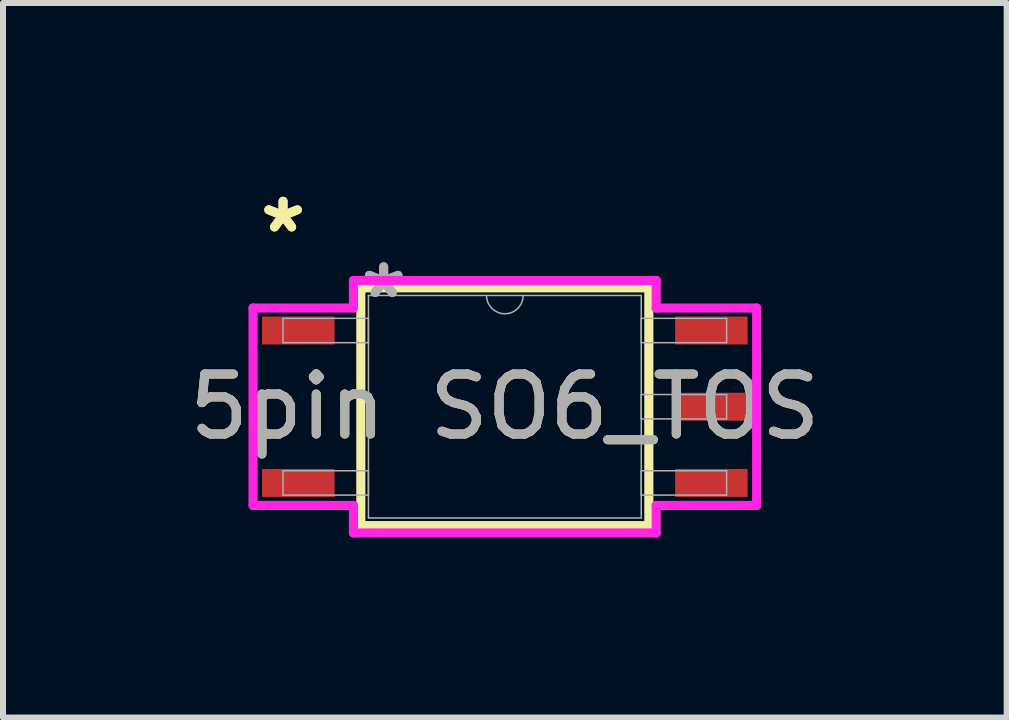
<source format=kicad_pcb>
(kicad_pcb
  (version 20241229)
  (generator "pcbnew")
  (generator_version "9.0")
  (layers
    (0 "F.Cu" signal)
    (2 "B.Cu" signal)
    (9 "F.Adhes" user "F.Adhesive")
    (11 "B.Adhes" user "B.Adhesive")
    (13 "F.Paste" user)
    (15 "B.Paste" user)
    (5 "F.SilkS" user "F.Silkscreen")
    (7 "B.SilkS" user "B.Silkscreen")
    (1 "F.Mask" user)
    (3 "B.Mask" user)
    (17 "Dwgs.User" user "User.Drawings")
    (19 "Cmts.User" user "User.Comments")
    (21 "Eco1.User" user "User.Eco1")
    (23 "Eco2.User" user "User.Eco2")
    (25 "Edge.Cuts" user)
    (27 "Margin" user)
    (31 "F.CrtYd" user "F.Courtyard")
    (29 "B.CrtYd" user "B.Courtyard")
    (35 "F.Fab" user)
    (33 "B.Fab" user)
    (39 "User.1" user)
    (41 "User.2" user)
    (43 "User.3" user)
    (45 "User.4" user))
  (footprint "5pin SO6_TOS"
    (layer "F.Cu")
    (at 5.363 3.728)
    (property "Reference" "5pin SO6_TOS" (at 0 0 0) (unlocked yes) (layer "F.SilkS") (effects (font (size 1 1) (thickness 0.15))))
    (attr smd)
    (fp_line (start -2.4 -1.981) (end -2.4 1.981) (stroke (width 0.152) (type solid)) (layer "F.SilkS"))
    (fp_line (start -2.4 1.981) (end 2.4 1.981) (stroke (width 0.152) (type solid)) (layer "F.SilkS"))
    (fp_line (start 2.4 -1.981) (end -2.4 -1.981) (stroke (width 0.152) (type solid)) (layer "F.SilkS"))
    (fp_line (start 2.4 1.981) (end 2.4 -1.981) (stroke (width 0.152) (type solid)) (layer "F.SilkS"))
    (fp_line (start -4.196 -1.645) (end -2.523 -1.645) (stroke (width 0.152) (type solid)) (layer "F.CrtYd"))
    (fp_line (start -4.196 1.645) (end -4.196 -1.645) (stroke (width 0.152) (type solid)) (layer "F.CrtYd"))
    (fp_line (start -2.523 -2.104) (end 2.523 -2.104) (stroke (width 0.152) (type solid)) (layer "F.CrtYd"))
    (fp_line (start -2.523 -1.645) (end -2.523 -2.104) (stroke (width 0.152) (type solid)) (layer "F.CrtYd"))
    (fp_line (start -2.523 1.645) (end -4.196 1.645) (stroke (width 0.152) (type solid)) (layer "F.CrtYd"))
    (fp_line (start -2.523 2.104) (end -2.523 1.645) (stroke (width 0.152) (type solid)) (layer "F.CrtYd"))
    (fp_line (start 2.523 -2.104) (end 2.523 -1.645) (stroke (width 0.152) (type solid)) (layer "F.CrtYd"))
    (fp_line (start 2.523 -1.645) (end 4.196 -1.645) (stroke (width 0.152) (type solid)) (layer "F.CrtYd"))
    (fp_line (start 2.523 1.645) (end 2.523 2.104) (stroke (width 0.152) (type solid)) (layer "F.CrtYd"))
    (fp_line (start 2.523 2.104) (end -2.523 2.104) (stroke (width 0.152) (type solid)) (layer "F.CrtYd"))
    (fp_line (start 4.196 -1.645) (end 4.196 1.645) (stroke (width 0.152) (type solid)) (layer "F.CrtYd"))
    (fp_line (start 4.196 1.645) (end 2.523 1.645) (stroke (width 0.152) (type solid)) (layer "F.CrtYd"))
    (fp_line (start -3.696 -1.473) (end -3.696 -1.067) (stroke (width 0.025) (type solid)) (layer "F.Fab"))
    (fp_line (start -3.696 -1.067) (end -2.273 -1.067) (stroke (width 0.025) (type solid)) (layer "F.Fab"))
    (fp_line (start -3.696 1.067) (end -3.696 1.473) (stroke (width 0.025) (type solid)) (layer "F.Fab"))
    (fp_line (start -3.696 1.473) (end -2.273 1.473) (stroke (width 0.025) (type solid)) (layer "F.Fab"))
    (fp_line (start -2.273 -1.854) (end -2.273 1.854) (stroke (width 0.025) (type solid)) (layer "F.Fab"))
    (fp_line (start -2.273 -1.473) (end -3.696 -1.473) (stroke (width 0.025) (type solid)) (layer "F.Fab"))
    (fp_line (start -2.273 -1.067) (end -2.273 -1.473) (stroke (width 0.025) (type solid)) (layer "F.Fab"))
    (fp_line (start -2.273 1.067) (end -3.696 1.067) (stroke (width 0.025) (type solid)) (layer "F.Fab"))
    (fp_line (start -2.273 1.473) (end -2.273 1.067) (stroke (width 0.025) (type solid)) (layer "F.Fab"))
    (fp_line (start -2.273 1.854) (end 2.273 1.854) (stroke (width 0.025) (type solid)) (layer "F.Fab"))
    (fp_line (start 2.273 -1.854) (end -2.273 -1.854) (stroke (width 0.025) (type solid)) (layer "F.Fab"))
    (fp_line (start 2.273 -1.473) (end 2.273 -1.067) (stroke (width 0.025) (type solid)) (layer "F.Fab"))
    (fp_line (start 2.273 -1.067) (end 3.696 -1.067) (stroke (width 0.025) (type solid)) (layer "F.Fab"))
    (fp_line (start 2.273 -0.203) (end 2.273 0.203) (stroke (width 0.025) (type solid)) (layer "F.Fab"))
    (fp_line (start 2.273 0.203) (end 3.696 0.203) (stroke (width 0.025) (type solid)) (layer "F.Fab"))
    (fp_line (start 2.273 1.067) (end 2.273 1.473) (stroke (width 0.025) (type solid)) (layer "F.Fab"))
    (fp_line (start 2.273 1.473) (end 3.696 1.473) (stroke (width 0.025) (type solid)) (layer "F.Fab"))
    (fp_line (start 2.273 1.854) (end 2.273 -1.854) (stroke (width 0.025) (type solid)) (layer "F.Fab"))
    (fp_line (start 3.696 -1.473) (end 2.273 -1.473) (stroke (width 0.025) (type solid)) (layer "F.Fab"))
    (fp_line (start 3.696 -1.067) (end 3.696 -1.473) (stroke (width 0.025) (type solid)) (layer "F.Fab"))
    (fp_line (start 3.696 -0.203) (end 2.273 -0.203) (stroke (width 0.025) (type solid)) (layer "F.Fab"))
    (fp_line (start 3.696 0.203) (end 3.696 -0.203) (stroke (width 0.025) (type solid)) (layer "F.Fab"))
    (fp_line (start 3.696 1.067) (end 2.273 1.067) (stroke (width 0.025) (type solid)) (layer "F.Fab"))
    (fp_line (start 3.696 1.473) (end 3.696 1.067) (stroke (width 0.025) (type solid)) (layer "F.Fab"))
    (fp_arc (start 0.3048 -1.8542) (mid 0 -1.5494) (end -0.3048 -1.8542) (stroke (width 0.0254) (type solid)) (layer "F.Fab"))
    (fp_text user "*" (at -3.696 -2.879 0) (unlocked yes) (layer "F.SilkS") (effects (font (size 1 1) (thickness 0.15))))
    (fp_text user "*" (at -3.696 -2.879 0) (layer "F.SilkS") (effects (font (size 1 1) (thickness 0.15))))
    (fp_text user "*" (at -2.019 -1.787 0) (layer "F.Fab") (effects (font (size 1 1) (thickness 0.15))))
    (fp_text user "*" (at -2.019 -1.787 0) (unlocked yes) (layer "F.Fab") (effects (font (size 1 1) (thickness 0.15))))
    (fp_text user "${REFERENCE}" (at 0 0 0) (unlocked yes) (layer "F.Fab") (effects (font (size 1 1) (thickness 0.15))))
    (pad "1" smd rect (at -3.442 -1.27) (size 1.208 0.466) (layers "F.Cu" "F.Mask" "F.Paste"))
    (pad "3" smd rect (at -3.442 1.27) (size 1.208 0.466) (layers "F.Cu" "F.Mask" "F.Paste"))
    (pad "4" smd rect (at 3.442 1.27) (size 1.208 0.466) (layers "F.Cu" "F.Mask" "F.Paste"))
    (pad "5" smd rect (at 3.442 0) (size 1.208 0.466) (layers "F.Cu" "F.Mask" "F.Paste"))
    (pad "6" smd rect (at 3.442 -1.27) (size 1.208 0.466) (layers "F.Cu" "F.Mask" "F.Paste")))
  (gr_rect
    (start -3 -3)
    (end 13.726 8.908)
    (stroke (width 0.1) (type default))
    (fill no)
    (layer "Edge.Cuts")))
</source>
